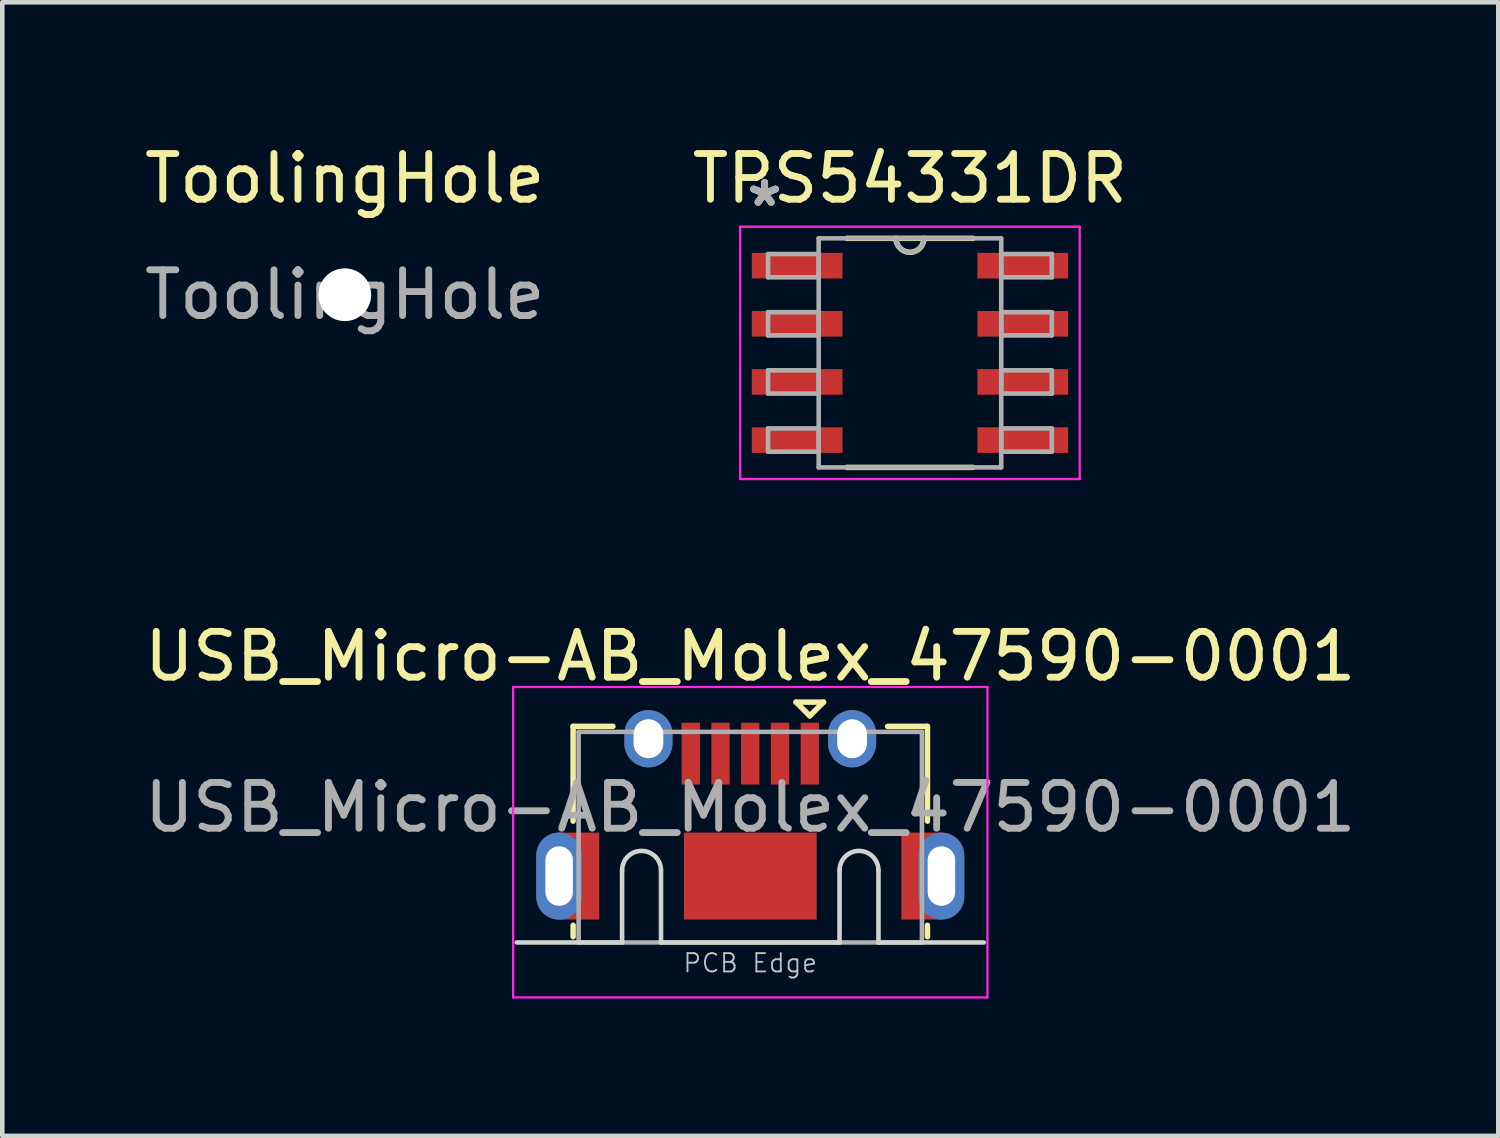
<source format=kicad_pcb>
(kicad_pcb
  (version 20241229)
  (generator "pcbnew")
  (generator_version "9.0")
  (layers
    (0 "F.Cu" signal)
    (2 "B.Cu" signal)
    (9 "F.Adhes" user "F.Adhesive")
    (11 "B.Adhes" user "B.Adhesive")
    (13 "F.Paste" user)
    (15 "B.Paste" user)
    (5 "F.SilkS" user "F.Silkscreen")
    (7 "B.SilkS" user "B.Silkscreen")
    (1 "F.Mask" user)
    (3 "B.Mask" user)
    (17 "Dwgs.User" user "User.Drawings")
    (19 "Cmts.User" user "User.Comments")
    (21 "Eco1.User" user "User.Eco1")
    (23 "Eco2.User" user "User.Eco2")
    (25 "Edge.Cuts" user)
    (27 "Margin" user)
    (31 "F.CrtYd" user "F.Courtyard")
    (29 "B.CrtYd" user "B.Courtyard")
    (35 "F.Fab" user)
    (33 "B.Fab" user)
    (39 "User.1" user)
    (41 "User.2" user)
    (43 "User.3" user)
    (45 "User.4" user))
  (footprint "USB_Micro-AB_Molex_47590-0001"
    (layer "F.Cu")
    (at 13.339 16.087)
    (property "Reference" "USB_Micro-AB_Molex_47590-0001" (at 0 -4.8 180) (layer "F.SilkS") (effects (font (size 1 1) (thickness 0.15))))
    (attr smd)
    (fp_line (start -3.87 -3.27) (end -3.87 -1.2) (stroke (width 0.12) (type solid)) (layer "F.SilkS"))
    (fp_line (start -3.87 -3.27) (end -3 -3.27) (stroke (width 0.12) (type solid)) (layer "F.SilkS"))
    (fp_line (start -3.87 1.075) (end -3.87 1.325) (stroke (width 0.12) (type solid)) (layer "F.SilkS"))
    (fp_line (start 1 -3.8) (end 1.6 -3.8) (stroke (width 0.12) (type solid)) (layer "F.SilkS"))
    (fp_line (start 1.3 -3.5) (end 1 -3.8) (stroke (width 0.12) (type solid)) (layer "F.SilkS"))
    (fp_line (start 1.3 -3.5) (end 1.6 -3.8) (stroke (width 0.12) (type solid)) (layer "F.SilkS"))
    (fp_line (start 3 -3.27) (end 3.87 -3.27) (stroke (width 0.12) (type solid)) (layer "F.SilkS"))
    (fp_line (start 3.87 -3.27) (end 3.87 -1.2) (stroke (width 0.12) (type solid)) (layer "F.SilkS"))
    (fp_line (start 3.87 1.075) (end 3.87 1.325) (stroke (width 0.12) (type solid)) (layer "F.SilkS"))
    (fp_line (start -5.1 1.45) (end -2.8 1.45) (stroke (width 0.1) (type solid)) (layer "Edge.Cuts"))
    (fp_line (start -2.8 1.45) (end -2.8 -0.125) (stroke (width 0.1) (type default)) (layer "Edge.Cuts"))
    (fp_line (start -1.95 -0.125) (end -1.95 1.45) (stroke (width 0.1) (type default)) (layer "Edge.Cuts"))
    (fp_line (start -1.95 1.45) (end 1.95 1.45) (stroke (width 0.1) (type solid)) (layer "Edge.Cuts"))
    (fp_line (start 1.95 1.45) (end 1.95 -0.125) (stroke (width 0.1) (type default)) (layer "Edge.Cuts"))
    (fp_line (start 2.8 -0.125) (end 2.8 1.45) (stroke (width 0.1) (type default)) (layer "Edge.Cuts"))
    (fp_line (start 2.8 1.45) (end 5.1 1.45) (stroke (width 0.1) (type solid)) (layer "Edge.Cuts"))
    (fp_arc (start -2.8 -0.125) (mid -2.375 -0.55) (end -1.95 -0.125) (stroke (width 0.1) (type solid)) (layer "Edge.Cuts"))
    (fp_arc (start 1.95 -0.125) (mid 2.375 -0.55) (end 2.8 -0.125) (stroke (width 0.1) (type solid)) (layer "Edge.Cuts"))
    (fp_line (start -5.18 -4.13) (end -5.18 2.65) (stroke (width 0.05) (type solid)) (layer "F.CrtYd"))
    (fp_line (start -5.18 -4.13) (end 5.18 -4.13) (stroke (width 0.05) (type solid)) (layer "F.CrtYd"))
    (fp_line (start -5.18 2.65) (end 5.18 2.65) (stroke (width 0.05) (type solid)) (layer "F.CrtYd"))
    (fp_line (start 5.18 -4.13) (end 5.18 2.65) (stroke (width 0.05) (type solid)) (layer "F.CrtYd"))
    (fp_line (start -3.75 -3.15) (end -3.75 1.45) (stroke (width 0.1) (type solid)) (layer "F.Fab"))
    (fp_line (start -3.75 -3.15) (end 3.75 -3.15) (stroke (width 0.1) (type solid)) (layer "F.Fab"))
    (fp_line (start -3.75 1.45) (end 3.75 1.45) (stroke (width 0.1) (type solid)) (layer "F.Fab"))
    (fp_line (start 3.75 -3.15) (end 3.75 1.45) (stroke (width 0.1) (type solid)) (layer "F.Fab"))
    (fp_text user "PCB Edge" (at 0 1.9 0) (layer "Dwgs.User") (effects (font (size 0.4 0.4) (thickness 0.04))))
    (fp_text user "${REFERENCE}" (at 0 -1.5 0) (layer "F.Fab") (effects (font (size 1 1) (thickness 0.15))))
    (pad "" smd rect (at -3.5 0) (size 0.3 0.85) (layers "F.Paste"))
    (pad "" smd rect (at 3.5 0) (size 0.3 0.85) (layers "F.Paste"))
    (pad "1" smd rect (at 1.3 -2.675) (size 0.4 1.35) (layers "F.Cu" "F.Mask" "F.Paste"))
    (pad "2" smd rect (at 0.65 -2.675) (size 0.4 1.35) (layers "F.Cu" "F.Mask" "F.Paste"))
    (pad "3" smd rect (at 0 -2.675) (size 0.4 1.35) (layers "F.Cu" "F.Mask" "F.Paste"))
    (pad "4" smd rect (at -0.65 -2.675) (size 0.4 1.35) (layers "F.Cu" "F.Mask" "F.Paste"))
    (pad "5" smd rect (at -1.3 -2.675) (size 0.4 1.35) (layers "F.Cu" "F.Mask" "F.Paste"))
    (pad "6" thru_hole oval (at -4.175 0) (size 1 1.9) (drill oval 0.6 1.3) (layers "*.Cu" "*.Mask"))
    (pad "6" smd rect (at -3.737 0) (size 0.875 1.9) (layers "F.Cu" "F.Mask"))
    (pad "6" thru_hole oval (at -2.225 -3) (size 1.05 1.25) (drill oval 0.65 0.85) (layers "*.Cu" "*.Mask"))
    (pad "6" smd rect (at 0 0) (size 2.9 1.9) (layers "F.Cu" "F.Mask" "F.Paste"))
    (pad "6" thru_hole oval (at 2.225 -3) (size 1.05 1.25) (drill oval 0.65 0.85) (layers "*.Cu" "*.Mask"))
    (pad "6" smd rect (at 3.737 0) (size 0.875 1.9) (layers "F.Cu" "F.Mask"))
    (pad "6" thru_hole oval (at 4.175 0) (size 1 1.9) (drill oval 0.6 1.3) (layers "*.Cu" "*.Mask")))
  (footprint "TPS54331DR"
    (layer "F.Cu")
    (at 16.827 4.658)
    (property "Reference" "TPS54331DR" (at 0 -3.81 0) (layer "F.SilkS") (effects (font (size 1 1) (thickness 0.15))))
    (attr through_hole)
    (fp_line (start -1.374 2.502) (end 1.374 2.502) (stroke (width 0.12) (type solid)) (layer "F.SilkS"))
    (fp_line (start 1.374 -2.502) (end -1.374 -2.502) (stroke (width 0.12) (type solid)) (layer "F.SilkS"))
    (fp_arc (start 0.3048 -2.5019) (mid 0 -2.1971) (end -0.3048 -2.5019) (stroke (width 0.12) (type solid)) (layer "F.SilkS"))
    (fp_line (start -3.708 -2.756) (end 3.708 -2.756) (stroke (width 0.05) (type solid)) (layer "F.CrtYd"))
    (fp_line (start -3.708 2.756) (end -3.708 -2.756) (stroke (width 0.05) (type solid)) (layer "F.CrtYd"))
    (fp_line (start 3.708 -2.756) (end 3.708 2.756) (stroke (width 0.05) (type solid)) (layer "F.CrtYd"))
    (fp_line (start 3.708 2.756) (end -3.708 2.756) (stroke (width 0.05) (type solid)) (layer "F.CrtYd"))
    (fp_line (start -3.099 -2.159) (end -3.099 -1.651) (stroke (width 0.1) (type solid)) (layer "F.Fab"))
    (fp_line (start -3.099 -1.651) (end -1.994 -1.651) (stroke (width 0.1) (type solid)) (layer "F.Fab"))
    (fp_line (start -3.099 -0.889) (end -3.099 -0.381) (stroke (width 0.1) (type solid)) (layer "F.Fab"))
    (fp_line (start -3.099 -0.381) (end -1.994 -0.381) (stroke (width 0.1) (type solid)) (layer "F.Fab"))
    (fp_line (start -3.099 0.381) (end -3.099 0.889) (stroke (width 0.1) (type solid)) (layer "F.Fab"))
    (fp_line (start -3.099 0.889) (end -1.994 0.889) (stroke (width 0.1) (type solid)) (layer "F.Fab"))
    (fp_line (start -3.099 1.651) (end -3.099 2.159) (stroke (width 0.1) (type solid)) (layer "F.Fab"))
    (fp_line (start -3.099 2.159) (end -1.994 2.159) (stroke (width 0.1) (type solid)) (layer "F.Fab"))
    (fp_line (start -1.994 -2.502) (end -1.994 2.502) (stroke (width 0.1) (type solid)) (layer "F.Fab"))
    (fp_line (start -1.994 -2.159) (end -3.099 -2.159) (stroke (width 0.1) (type solid)) (layer "F.Fab"))
    (fp_line (start -1.994 -1.651) (end -1.994 -2.159) (stroke (width 0.1) (type solid)) (layer "F.Fab"))
    (fp_line (start -1.994 -0.889) (end -3.099 -0.889) (stroke (width 0.1) (type solid)) (layer "F.Fab"))
    (fp_line (start -1.994 -0.381) (end -1.994 -0.889) (stroke (width 0.1) (type solid)) (layer "F.Fab"))
    (fp_line (start -1.994 0.381) (end -3.099 0.381) (stroke (width 0.1) (type solid)) (layer "F.Fab"))
    (fp_line (start -1.994 0.889) (end -1.994 0.381) (stroke (width 0.1) (type solid)) (layer "F.Fab"))
    (fp_line (start -1.994 1.651) (end -3.099 1.651) (stroke (width 0.1) (type solid)) (layer "F.Fab"))
    (fp_line (start -1.994 2.159) (end -1.994 1.651) (stroke (width 0.1) (type solid)) (layer "F.Fab"))
    (fp_line (start -1.994 2.502) (end 1.994 2.502) (stroke (width 0.1) (type solid)) (layer "F.Fab"))
    (fp_line (start 1.994 -2.502) (end -1.994 -2.502) (stroke (width 0.1) (type solid)) (layer "F.Fab"))
    (fp_line (start 1.994 -2.159) (end 1.994 -1.651) (stroke (width 0.1) (type solid)) (layer "F.Fab"))
    (fp_line (start 1.994 -1.651) (end 3.099 -1.651) (stroke (width 0.1) (type solid)) (layer "F.Fab"))
    (fp_line (start 1.994 -0.889) (end 1.994 -0.381) (stroke (width 0.1) (type solid)) (layer "F.Fab"))
    (fp_line (start 1.994 -0.381) (end 3.099 -0.381) (stroke (width 0.1) (type solid)) (layer "F.Fab"))
    (fp_line (start 1.994 0.381) (end 1.994 0.889) (stroke (width 0.1) (type solid)) (layer "F.Fab"))
    (fp_line (start 1.994 0.889) (end 3.099 0.889) (stroke (width 0.1) (type solid)) (layer "F.Fab"))
    (fp_line (start 1.994 1.651) (end 1.994 2.159) (stroke (width 0.1) (type solid)) (layer "F.Fab"))
    (fp_line (start 1.994 2.159) (end 3.099 2.159) (stroke (width 0.1) (type solid)) (layer "F.Fab"))
    (fp_line (start 1.994 2.502) (end 1.994 -2.502) (stroke (width 0.1) (type solid)) (layer "F.Fab"))
    (fp_line (start 3.099 -2.159) (end 1.994 -2.159) (stroke (width 0.1) (type solid)) (layer "F.Fab"))
    (fp_line (start 3.099 -1.651) (end 3.099 -2.159) (stroke (width 0.1) (type solid)) (layer "F.Fab"))
    (fp_line (start 3.099 -0.889) (end 1.994 -0.889) (stroke (width 0.1) (type solid)) (layer "F.Fab"))
    (fp_line (start 3.099 -0.381) (end 3.099 -0.889) (stroke (width 0.1) (type solid)) (layer "F.Fab"))
    (fp_line (start 3.099 0.381) (end 1.994 0.381) (stroke (width 0.1) (type solid)) (layer "F.Fab"))
    (fp_line (start 3.099 0.889) (end 3.099 0.381) (stroke (width 0.1) (type solid)) (layer "F.Fab"))
    (fp_line (start 3.099 1.651) (end 1.994 1.651) (stroke (width 0.1) (type solid)) (layer "F.Fab"))
    (fp_line (start 3.099 2.159) (end 3.099 1.651) (stroke (width 0.1) (type solid)) (layer "F.Fab"))
    (fp_arc (start 0.3048 -2.5019) (mid 0 -2.1971) (end -0.3048 -2.5019) (stroke (width 0.1) (type solid)) (layer "F.Fab"))
    (fp_text user "*" (at -3.175 -3.175 0) (layer "F.SilkS") (effects (font (size 1 1) (thickness 0.15))))
    (fp_text user "*" (at -3.175 -3.175 0) (layer "F.Fab") (effects (font (size 1 1) (thickness 0.15))))
    (fp_text user "*" (at -3.175 -3.175 0) (layer "F.Fab") (effects (font (size 1 1) (thickness 0.15))))
    (pad "1" smd rect (at -2.464 -1.905) (size 1.981 0.559) (layers "F.Cu" "F.Mask" "F.Paste"))
    (pad "2" smd rect (at -2.464 -0.635) (size 1.981 0.559) (layers "F.Cu" "F.Mask" "F.Paste"))
    (pad "3" smd rect (at -2.464 0.635) (size 1.981 0.559) (layers "F.Cu" "F.Mask" "F.Paste"))
    (pad "4" smd rect (at -2.464 1.905) (size 1.981 0.559) (layers "F.Cu" "F.Mask" "F.Paste"))
    (pad "5" smd rect (at 2.464 1.905) (size 1.981 0.559) (layers "F.Cu" "F.Mask" "F.Paste"))
    (pad "6" smd rect (at 2.464 0.635) (size 1.981 0.559) (layers "F.Cu" "F.Mask" "F.Paste"))
    (pad "7" smd rect (at 2.464 -0.635) (size 1.981 0.559) (layers "F.Cu" "F.Mask" "F.Paste"))
    (pad "8" smd rect (at 2.464 -1.905) (size 1.981 0.559) (layers "F.Cu" "F.Mask" "F.Paste")))
  (footprint "ToolingHole"
    (layer "F.Cu")
    (at 4.482 3.388)
    (property "Reference" "ToolingHole" (at 0 -2.54 0) (unlocked yes) (layer "F.SilkS") (effects (font (size 1 1) (thickness 0.15))))
    (attr through_hole)
    (fp_text user "${REFERENCE}" (at 0 0 0) (unlocked yes) (layer "F.Fab") (effects (font (size 1 1) (thickness 0.15))))
    (pad "" np_thru_hole circle (at 0 0) (size 1.152 1.152) (drill 1.152) (layers "*.Cu" "*.Mask")))
  (gr_rect
    (start -3 -3)
    (end 29.679 21.762)
    (stroke (width 0.1) (type default))
    (fill no)
    (layer "Edge.Cuts")))
</source>
